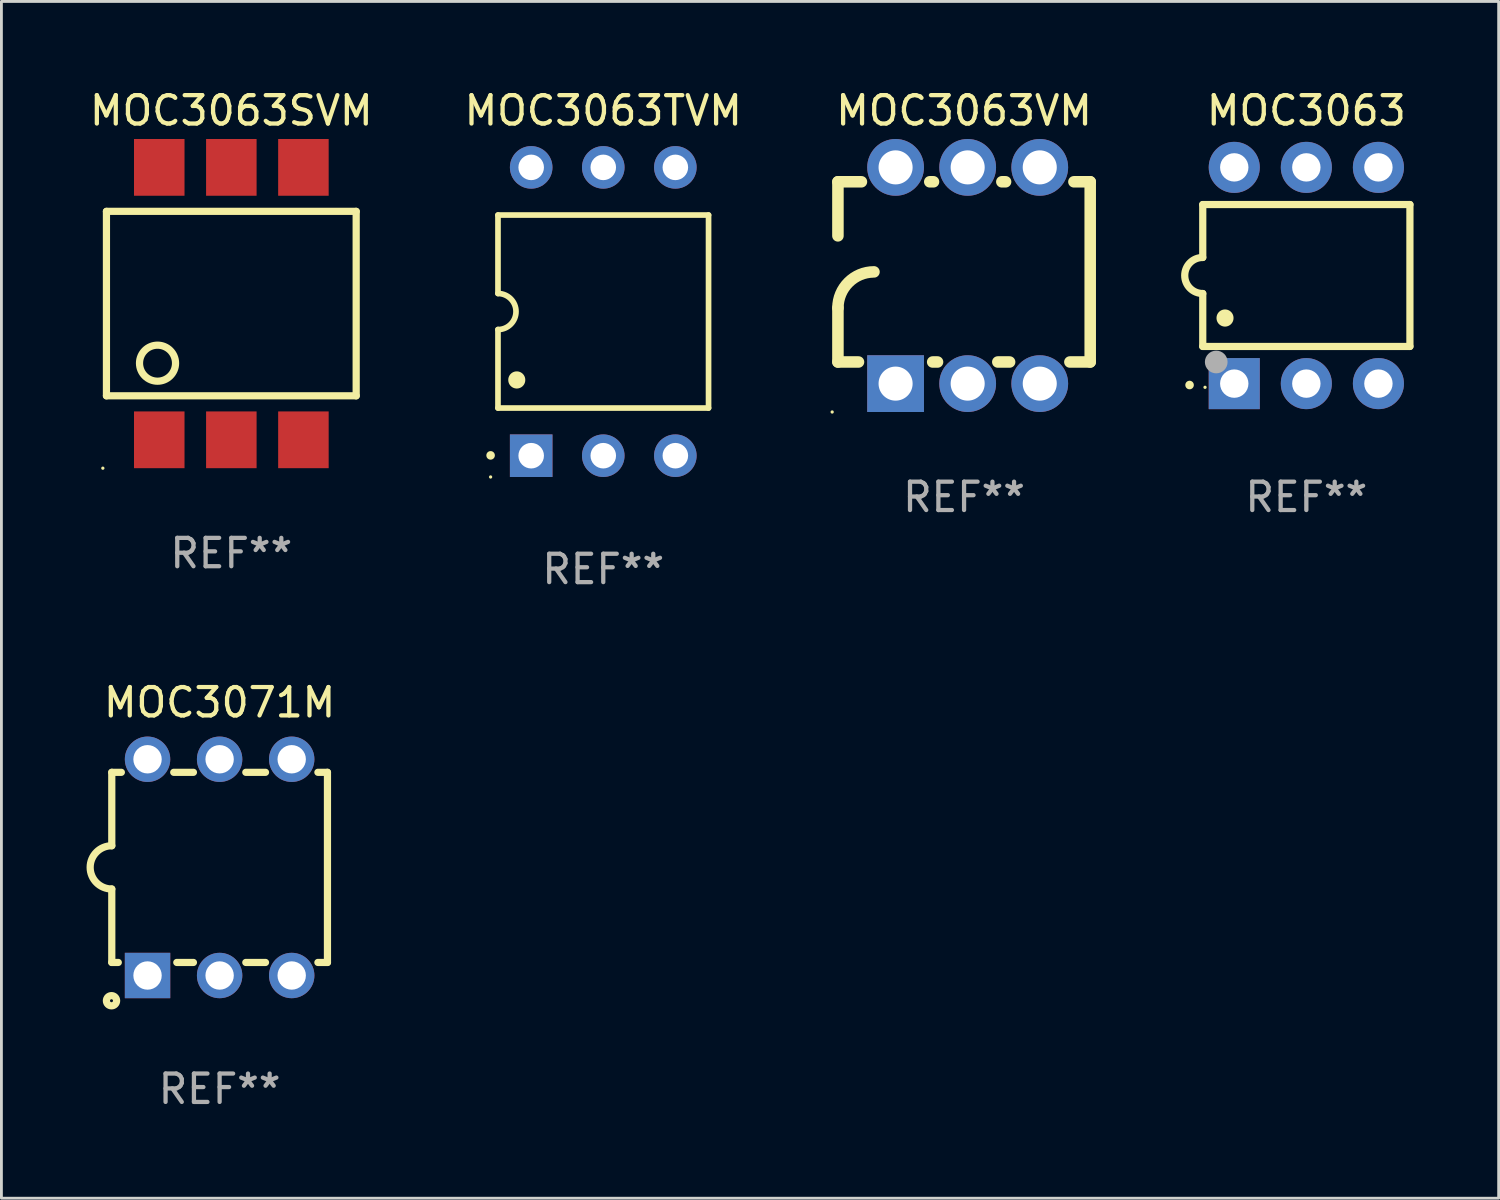
<source format=kicad_pcb>
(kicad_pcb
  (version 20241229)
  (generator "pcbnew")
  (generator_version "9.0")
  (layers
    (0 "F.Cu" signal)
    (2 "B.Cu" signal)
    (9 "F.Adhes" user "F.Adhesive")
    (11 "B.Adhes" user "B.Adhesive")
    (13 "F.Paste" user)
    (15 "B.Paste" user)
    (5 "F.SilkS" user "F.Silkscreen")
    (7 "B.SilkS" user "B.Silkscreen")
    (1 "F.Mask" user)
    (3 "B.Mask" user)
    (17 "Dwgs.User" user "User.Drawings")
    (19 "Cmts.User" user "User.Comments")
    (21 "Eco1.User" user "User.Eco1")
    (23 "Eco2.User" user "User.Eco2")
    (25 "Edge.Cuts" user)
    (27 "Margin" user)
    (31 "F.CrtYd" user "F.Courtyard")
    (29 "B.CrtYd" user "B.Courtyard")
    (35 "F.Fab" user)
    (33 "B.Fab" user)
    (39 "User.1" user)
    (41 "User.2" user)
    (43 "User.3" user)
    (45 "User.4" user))
  (footprint "MOC3063"
    (layer "F.Cu")
    (at 42.983 6.658)
    (property "Reference" "MOC3063" (at 0 -5.81 0) (layer "F.SilkS") (effects (font (size 1 1) (thickness 0.15))))
    (attr through_hole)
    (fp_line (start -3.65 -2.5) (end 3.65 -2.5) (stroke (width 0.254) (type solid)) (layer "F.SilkS"))
    (fp_line (start -3.65 -0.635) (end -3.65 -2.5) (stroke (width 0.254) (type solid)) (layer "F.SilkS"))
    (fp_line (start -3.65 0.635) (end -3.65 2.5) (stroke (width 0.254) (type solid)) (layer "F.SilkS"))
    (fp_line (start -3.65 2.5) (end 3.65 2.5) (stroke (width 0.254) (type solid)) (layer "F.SilkS"))
    (fp_line (start 3.65 -2.5) (end 3.65 2.5) (stroke (width 0.254) (type solid)) (layer "F.SilkS"))
    (fp_arc (start -4.114808 3.860808) (mid -4.114813 3.859538) (end -4.114808 3.858268) (stroke (width 0.3) (type solid)) (layer "F.SilkS"))
    (fp_arc (start -3.650013 0.635001) (mid -4.285014 0) (end -3.650013 -0.635001) (stroke (width 0.254001) (type solid)) (layer "F.SilkS"))
    (fp_arc (start -2.865405 1.501143) (mid -2.865416 1.498603) (end -2.865405 1.496063) (stroke (width 0.6) (type solid)) (layer "F.SilkS"))
    (fp_circle (center -3.57 3.94) (end -3.54 3.94) (stroke (width 0.06) (type solid)) (fill no) (layer "F.SilkS"))
    (fp_circle (center -3.175 3.048) (end -2.975 3.048) (stroke (width 0.4) (type solid)) (fill no) (layer "F.Fab"))
    (fp_text user "REF**" (at 0 7.81 0) (layer "F.Fab") (effects (font (size 1 1) (thickness 0.15))))
    (pad "1" thru_hole rect (at -2.54 3.81 90) (size 1.8 1.8) (drill 1) (layers "*.Cu" "*.Mask"))
    (pad "2" thru_hole circle (at 0 3.81) (size 1.8 1.8) (drill 1) (layers "*.Cu" "*.Mask"))
    (pad "3" thru_hole circle (at 2.54 3.81) (size 1.8 1.8) (drill 1) (layers "*.Cu" "*.Mask"))
    (pad "4" thru_hole circle (at 2.54 -3.81) (size 1.8 1.8) (drill 1) (layers "*.Cu" "*.Mask"))
    (pad "5" thru_hole circle (at 0 -3.81) (size 1.8 1.8) (drill 1) (layers "*.Cu" "*.Mask"))
    (pad "6" thru_hole circle (at -2.54 -3.81) (size 1.8 1.8) (drill 1) (layers "*.Cu" "*.Mask")))
  (footprint "MOC3063SVM"
    (layer "F.Cu")
    (at 5.101 7.648)
    (property "Reference" "MOC3063SVM" (at 0 -6.8 0) (layer "F.SilkS") (effects (font (size 1 1) (thickness 0.15))))
    (attr through_hole)
    (fp_line (start -4.4 -3.25) (end -4.4 3.25) (stroke (width 0.254) (type solid)) (layer "F.SilkS"))
    (fp_line (start -4.4 -3.25) (end 4.4 -3.25) (stroke (width 0.254) (type solid)) (layer "F.SilkS"))
    (fp_line (start 4.4 3.25) (end -4.4 3.25) (stroke (width 0.254) (type solid)) (layer "F.SilkS"))
    (fp_line (start 4.4 3.25) (end 4.4 -3.25) (stroke (width 0.254) (type solid)) (layer "F.SilkS"))
    (fp_circle (center -4.527 5.8) (end -4.497 5.8) (stroke (width 0.06) (type solid)) (fill no) (layer "F.SilkS"))
    (fp_circle (center -2.6 2.1) (end -1.965 2.1) (stroke (width 0.254) (type solid)) (fill no) (layer "F.SilkS"))
    (fp_text user "REF**" (at 0 8.8 0) (layer "F.Fab") (effects (font (size 1 1) (thickness 0.15))))
    (pad "1" smd rect (at -2.539 4.8) (size 1.78 2) (layers "F.Cu" "F.Mask" "F.Paste"))
    (pad "2" smd rect (at 0.001 4.8) (size 1.78 2) (layers "F.Cu" "F.Mask" "F.Paste"))
    (pad "3" smd rect (at 2.541 4.8) (size 1.78 2) (layers "F.Cu" "F.Mask" "F.Paste"))
    (pad "4" smd rect (at 2.541 -4.8) (size 1.78 2) (layers "F.Cu" "F.Mask" "F.Paste"))
    (pad "5" smd rect (at 0.001 -4.8) (size 1.78 2) (layers "F.Cu" "F.Mask" "F.Paste"))
    (pad "6" smd rect (at -2.539 -4.8) (size 1.78 2) (layers "F.Cu" "F.Mask" "F.Paste")))
  (footprint "MOC3063TVM"
    (layer "F.Cu")
    (at 18.208 7.928)
    (property "Reference" "MOC3063TVM" (at 0 -7.08 0) (layer "F.SilkS") (effects (font (size 1 1) (thickness 0.15))))
    (attr through_hole)
    (fp_line (start -3.71 -3.4) (end -3.71 -0.635) (stroke (width 0.2) (type solid)) (layer "F.SilkS"))
    (fp_line (start -3.71 -3.4) (end 3.71 -3.4) (stroke (width 0.2) (type solid)) (layer "F.SilkS"))
    (fp_line (start -3.71 0.634) (end -3.71 3.4) (stroke (width 0.2) (type solid)) (layer "F.SilkS"))
    (fp_line (start 3.71 3.4) (end -3.71 3.4) (stroke (width 0.2) (type solid)) (layer "F.SilkS"))
    (fp_line (start 3.71 3.4) (end 3.71 -3.4) (stroke (width 0.2) (type solid)) (layer "F.SilkS"))
    (fp_arc (start -3.970028 5.069901) (mid -3.970033 5.068631) (end -3.970028 5.067361) (stroke (width 0.3) (type solid)) (layer "F.SilkS"))
    (fp_arc (start -3.709982 -0.63495) (mid -3.074981 0.000051) (end -3.709982 0.635052) (stroke (width 0.2) (type solid)) (layer "F.SilkS"))
    (fp_arc (start -3.048006 2.413056) (mid -3.048017 2.410516) (end -3.048006 2.407976) (stroke (width 0.6) (type solid)) (layer "F.SilkS"))
    (fp_circle (center -3.97 5.83) (end -3.94 5.83) (stroke (width 0.06) (type solid)) (fill no) (layer "F.SilkS"))
    (fp_text user "REF**" (at 0 9.08 0) (layer "F.Fab") (effects (font (size 1 1) (thickness 0.15))))
    (pad "1" thru_hole rect (at -2.54 5.08 90) (size 1.5 1.5) (drill 0.9) (layers "*.Cu" "*.Mask"))
    (pad "2" thru_hole circle (at 0.000051 5.08) (size 1.5 1.5) (drill 0.9) (layers "*.Cu" "*.Mask"))
    (pad "3" thru_hole circle (at 2.54 5.08) (size 1.5 1.5) (drill 0.9) (layers "*.Cu" "*.Mask"))
    (pad "4" thru_hole circle (at 2.54 -5.08) (size 1.5 1.5) (drill 0.9) (layers "*.Cu" "*.Mask"))
    (pad "5" thru_hole circle (at 0.000051 -5.08) (size 1.5 1.5) (drill 0.9) (layers "*.Cu" "*.Mask"))
    (pad "6" thru_hole circle (at -2.54 -5.08) (size 1.5 1.5) (drill 0.9) (layers "*.Cu" "*.Mask")))
  (footprint "MOC3063VM"
    (layer "F.Cu")
    (at 30.922 6.658)
    (property "Reference" "MOC3063VM" (at 0 -5.81 0) (layer "F.SilkS") (effects (font (size 1 1) (thickness 0.15))))
    (attr through_hole)
    (fp_line (start -4.445 -1.397) (end -4.445 -3.302) (stroke (width 0.406) (type solid)) (layer "F.SilkS"))
    (fp_line (start -4.445 3.048) (end -4.445 1.143) (stroke (width 0.406) (type solid)) (layer "F.SilkS"))
    (fp_line (start -4.445 3.048) (end -3.72 3.048) (stroke (width 0.406) (type solid)) (layer "F.SilkS"))
    (fp_line (start -3.617 -3.302) (end -4.445 -3.302) (stroke (width 0.406) (type solid)) (layer "F.SilkS"))
    (fp_line (start -1.106 3.048) (end -0.935 3.048) (stroke (width 0.406) (type solid)) (layer "F.SilkS"))
    (fp_line (start -1.077 -3.302) (end -1.209 -3.302) (stroke (width 0.406) (type solid)) (layer "F.SilkS"))
    (fp_line (start 1.189 3.048) (end 1.605 3.048) (stroke (width 0.406) (type solid)) (layer "F.SilkS"))
    (fp_line (start 1.463 -3.302) (end 1.331 -3.302) (stroke (width 0.406) (type solid)) (layer "F.SilkS"))
    (fp_line (start 3.729 3.048) (end 4.445 3.048) (stroke (width 0.406) (type solid)) (layer "F.SilkS"))
    (fp_line (start 4.445 -3.302) (end 3.871 -3.302) (stroke (width 0.406) (type solid)) (layer "F.SilkS"))
    (fp_line (start 4.445 -3.302) (end 4.445 3.048) (stroke (width 0.406) (type solid)) (layer "F.SilkS"))
    (fp_arc (start -4.444983 1.143002) (mid -4.073008 0.244974) (end -3.17498 -0.127) (stroke (width 0.4064) (type solid)) (layer "F.SilkS"))
    (fp_circle (center -4.648 4.81) (end -4.618 4.81) (stroke (width 0.06) (type solid)) (fill no) (layer "F.SilkS"))
    (fp_text user "REF**" (at 0 7.81 0) (layer "F.Fab") (effects (font (size 1 1) (thickness 0.15))))
    (pad "1" thru_hole rect (at -2.413 3.81 90) (size 2 2) (drill 1.2) (layers "*.Cu" "*.Mask"))
    (pad "2" thru_hole circle (at 0.127 3.81) (size 2 2) (drill 1.2) (layers "*.Cu" "*.Mask"))
    (pad "3" thru_hole circle (at 2.667 3.81) (size 2 2) (drill 1.2) (layers "*.Cu" "*.Mask"))
    (pad "4" thru_hole circle (at 2.667 -3.81) (size 2 2) (drill 1.2) (layers "*.Cu" "*.Mask"))
    (pad "5" thru_hole circle (at 0.127 -3.81) (size 2 2) (drill 1.2) (layers "*.Cu" "*.Mask"))
    (pad "6" thru_hole circle (at -2.413 -3.81) (size 2 2) (drill 1.2) (layers "*.Cu" "*.Mask")))
  (footprint "MOC3071M"
    (layer "F.Cu")
    (at 4.689 27.515)
    (property "Reference" "MOC3071M" (at 0 -5.81 0) (layer "F.SilkS") (effects (font (size 1 1) (thickness 0.15))))
    (attr through_hole)
    (fp_line (start -3.8 3.35) (end -3.8 0.762) (stroke (width 0.254) (type solid)) (layer "F.SilkS"))
    (fp_line (start -3.8 3.35) (end -3.571 3.35) (stroke (width 0.254) (type solid)) (layer "F.SilkS"))
    (fp_line (start -3.8 -3.35) (end -3.8 -0.762) (stroke (width 0.254) (type solid)) (layer "F.SilkS"))
    (fp_line (start -3.8 -3.35) (end -3.463 -3.35) (stroke (width 0.254) (type solid)) (layer "F.SilkS"))
    (fp_line (start -1.617 -3.35) (end -0.923 -3.35) (stroke (width 0.254) (type solid)) (layer "F.SilkS"))
    (fp_line (start -1.509 3.35) (end -0.923 3.35) (stroke (width 0.254) (type solid)) (layer "F.SilkS"))
    (fp_line (start 0.923 -3.35) (end 1.617 -3.35) (stroke (width 0.254) (type solid)) (layer "F.SilkS"))
    (fp_line (start 0.923 3.35) (end 1.617 3.35) (stroke (width 0.254) (type solid)) (layer "F.SilkS"))
    (fp_line (start 3.463 -3.35) (end 3.8 -3.35) (stroke (width 0.254) (type solid)) (layer "F.SilkS"))
    (fp_line (start 3.463 3.35) (end 3.8 3.35) (stroke (width 0.254) (type solid)) (layer "F.SilkS"))
    (fp_line (start 3.8 -3.35) (end 3.8 3.35) (stroke (width 0.254) (type solid)) (layer "F.SilkS"))
    (fp_arc (start -3.800013 0.762002) (mid -4.561837 -0.000089) (end -3.799835 -0.762002) (stroke (width 0.254001) (type solid)) (layer "F.SilkS"))
    (fp_circle (center -3.81 4.699) (end -3.63 4.699) (stroke (width 0.254) (type solid)) (fill no) (layer "F.SilkS"))
    (fp_text user "REF**" (at 0 7.81 0) (layer "F.Fab") (effects (font (size 1 1) (thickness 0.15))))
    (pad "1" thru_hole rect (at -2.54 3.81) (size 1.6 1.6) (drill 1) (layers "*.Cu" "*.Mask"))
    (pad "2" thru_hole circle (at 0.000013 3.81) (size 1.6 1.6) (drill 1) (layers "*.Cu" "*.Mask"))
    (pad "3" thru_hole circle (at 2.54 3.81) (size 1.6 1.6) (drill 1) (layers "*.Cu" "*.Mask"))
    (pad "4" thru_hole circle (at 2.54 -3.81) (size 1.6 1.6) (drill 1) (layers "*.Cu" "*.Mask"))
    (pad "5" thru_hole circle (at 0.000013 -3.81) (size 1.6 1.6) (drill 1) (layers "*.Cu" "*.Mask"))
    (pad "6" thru_hole circle (at -2.54 -3.81) (size 1.6 1.6) (drill 1) (layers "*.Cu" "*.Mask")))
  (gr_rect
    (start -3 -3)
    (end 49.76 39.173)
    (stroke (width 0.1) (type default))
    (fill no)
    (layer "Edge.Cuts")))
</source>
